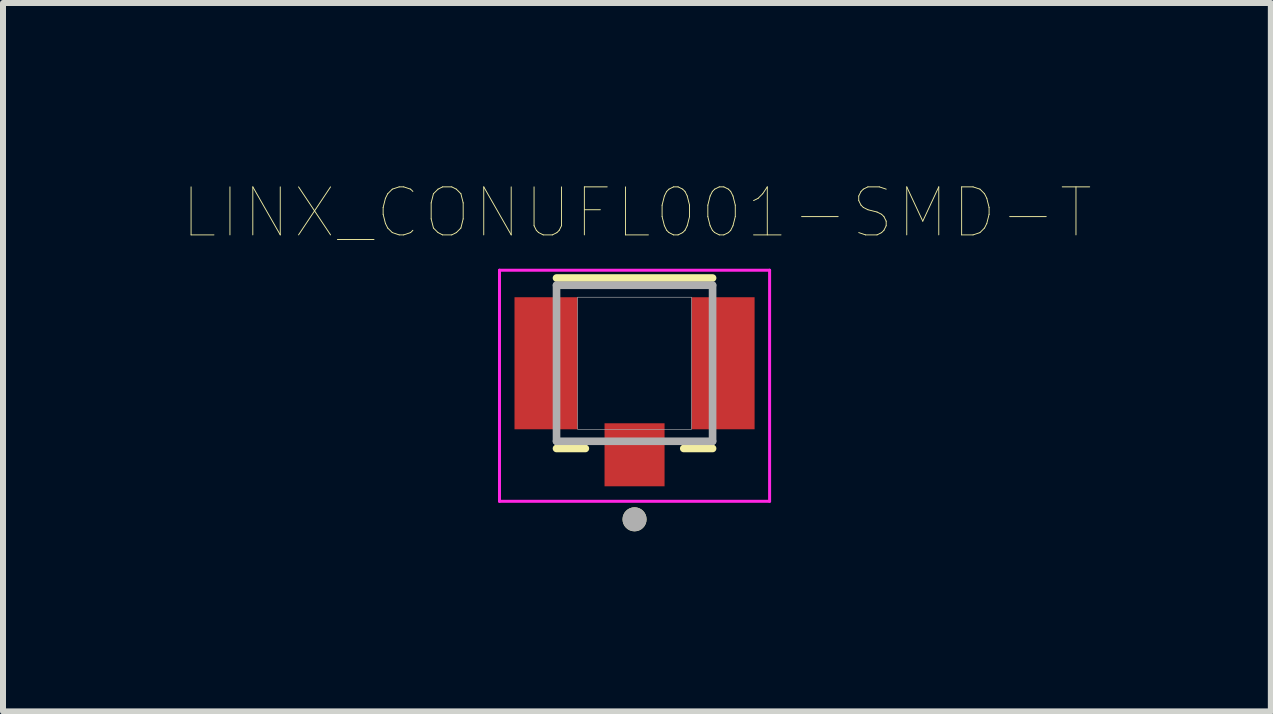
<source format=kicad_pcb>
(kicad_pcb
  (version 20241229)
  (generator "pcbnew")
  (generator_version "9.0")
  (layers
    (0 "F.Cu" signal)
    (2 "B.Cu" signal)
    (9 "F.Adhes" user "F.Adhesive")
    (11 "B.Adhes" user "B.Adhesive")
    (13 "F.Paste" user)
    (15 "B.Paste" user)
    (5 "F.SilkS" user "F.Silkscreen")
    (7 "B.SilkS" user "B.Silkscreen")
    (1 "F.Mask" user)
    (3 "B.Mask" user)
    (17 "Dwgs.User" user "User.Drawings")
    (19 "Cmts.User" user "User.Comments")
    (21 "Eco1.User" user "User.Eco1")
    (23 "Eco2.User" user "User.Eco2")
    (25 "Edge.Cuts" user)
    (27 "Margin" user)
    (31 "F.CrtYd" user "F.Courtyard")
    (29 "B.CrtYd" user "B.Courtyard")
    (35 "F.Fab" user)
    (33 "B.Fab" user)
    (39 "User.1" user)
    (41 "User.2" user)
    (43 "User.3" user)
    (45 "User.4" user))
  (footprint "LINX_CONUFL001-SMD-T"
    (layer "F.Cu")
    (at 7.522 3.002)
    (property "Reference" "LINX_CONUFL001-SMD-T" (at 0.04 -2.508 0) (layer "F.SilkS") (effects (font (size 0.8 0.8) (thickness 0.015))))
    (attr through_hole)
    (fp_line (start -1.3 -1.42) (end 1.3 -1.42) (stroke (width 0.127) (type solid)) (layer "F.SilkS"))
    (fp_line (start -0.82 1.42) (end -1.3 1.42) (stroke (width 0.127) (type solid)) (layer "F.SilkS"))
    (fp_line (start 0.82 1.42) (end 1.3 1.42) (stroke (width 0.127) (type solid)) (layer "F.SilkS"))
    (fp_circle (center 0 2.6) (end 0.1 2.6) (stroke (width 0.2) (type solid)) (fill no) (layer "F.SilkS"))
    (fp_line (start -2.25 -1.55) (end 2.25 -1.55) (stroke (width 0.05) (type solid)) (layer "F.CrtYd"))
    (fp_line (start -2.25 2.3) (end -2.25 -1.55) (stroke (width 0.05) (type solid)) (layer "F.CrtYd"))
    (fp_line (start 2.25 -1.55) (end 2.25 2.3) (stroke (width 0.05) (type solid)) (layer "F.CrtYd"))
    (fp_line (start 2.25 2.3) (end -2.25 2.3) (stroke (width 0.05) (type solid)) (layer "F.CrtYd"))
    (fp_line (start -1.3 -1.3) (end 1.3 -1.3) (stroke (width 0.127) (type solid)) (layer "F.Fab"))
    (fp_line (start -1.3 1.3) (end -1.3 -1.3) (stroke (width 0.127) (type solid)) (layer "F.Fab"))
    (fp_line (start 1.3 -1.3) (end 1.3 1.3) (stroke (width 0.127) (type solid)) (layer "F.Fab"))
    (fp_line (start 1.3 1.3) (end -1.3 1.3) (stroke (width 0.127) (type solid)) (layer "F.Fab"))
    (fp_circle (center 0 2.6) (end 0.1 2.6) (stroke (width 0.2) (type solid)) (fill no) (layer "F.Fab"))
    (fp_poly (pts (xy -0.95 -1.1) (xy 0.95 -1.1) (xy 0.95 1.1) (xy -0.95 1.1)) (stroke (width 0.01) (type solid)) (fill no) (layer "F.Fab"))
    (pad "1" smd rect (at 0 1.525) (size 1 1.05) (layers "F.Cu" "F.Mask" "F.Paste"))
    (pad "2" smd rect (at -1.475 0) (size 1.05 2.2) (layers "F.Cu" "F.Mask" "F.Paste"))
    (pad "3" smd rect (at 1.475 0) (size 1.05 2.2) (layers "F.Cu" "F.Mask" "F.Paste")))
  (gr_rect
    (start -3 -3)
    (end 18.123 8.802)
    (stroke (width 0.1) (type default))
    (fill no)
    (layer "Edge.Cuts")))
</source>
